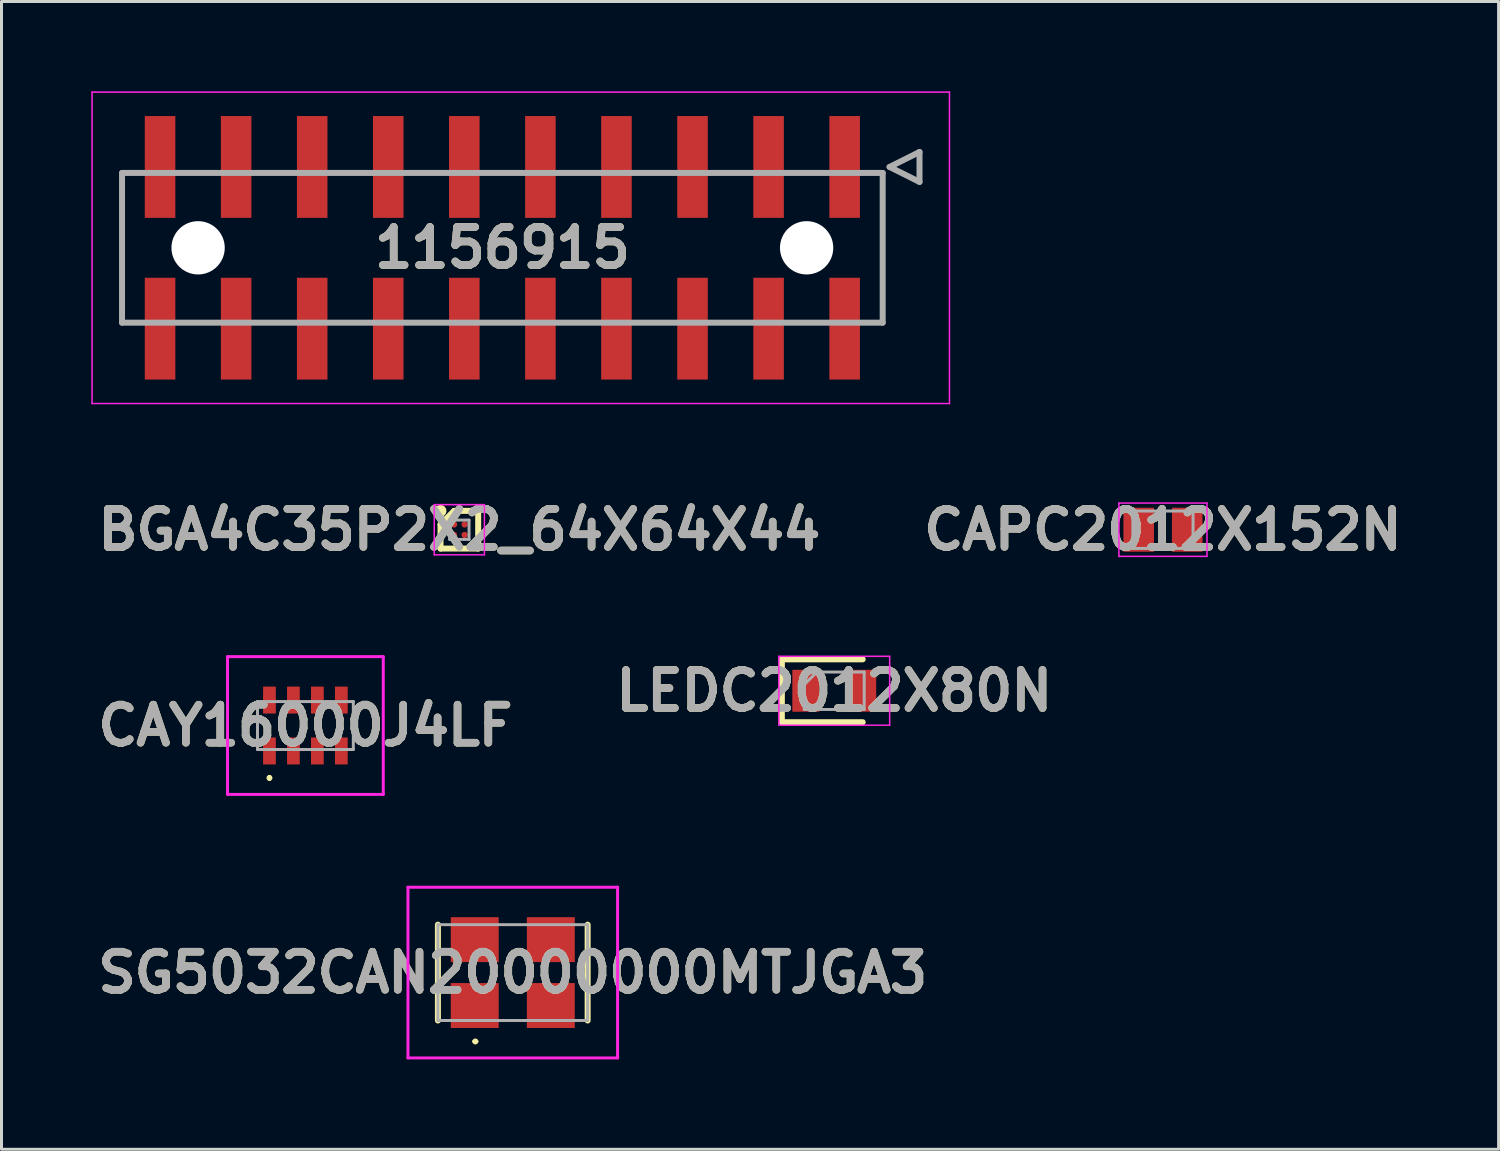
<source format=kicad_pcb>
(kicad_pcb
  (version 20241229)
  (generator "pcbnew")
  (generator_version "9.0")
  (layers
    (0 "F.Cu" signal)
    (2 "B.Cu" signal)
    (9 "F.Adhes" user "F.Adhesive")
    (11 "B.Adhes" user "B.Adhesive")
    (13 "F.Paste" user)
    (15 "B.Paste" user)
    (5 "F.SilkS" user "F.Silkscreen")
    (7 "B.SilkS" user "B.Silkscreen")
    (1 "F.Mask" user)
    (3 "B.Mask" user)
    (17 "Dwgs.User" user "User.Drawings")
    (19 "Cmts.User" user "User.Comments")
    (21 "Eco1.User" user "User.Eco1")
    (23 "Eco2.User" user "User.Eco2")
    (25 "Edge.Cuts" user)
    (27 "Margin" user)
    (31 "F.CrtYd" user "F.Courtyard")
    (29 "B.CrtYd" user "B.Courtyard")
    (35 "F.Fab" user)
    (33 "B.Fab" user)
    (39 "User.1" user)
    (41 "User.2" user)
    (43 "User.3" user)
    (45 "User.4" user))
  (footprint "LEDC2012X80N"
    (layer "F.Cu")
    (at 24.808 20.016)
    (property "Reference" "LEDC2012X80N" (at 0 0 0) (layer "F.SilkS") (effects (font (size 1.27 1.27) (thickness 0.254))))
    (attr smd)
    (fp_line (start -1.75 -1.05) (end -1.75 1.05) (stroke (width 0.2) (type solid)) (layer "F.SilkS"))
    (fp_line (start -1.75 1.05) (end 0.95 1.05) (stroke (width 0.2) (type solid)) (layer "F.SilkS"))
    (fp_line (start 0.95 -1.05) (end -1.75 -1.05) (stroke (width 0.2) (type solid)) (layer "F.SilkS"))
    (fp_line (start -1.85 -1.15) (end 1.85 -1.15) (stroke (width 0.05) (type solid)) (layer "F.CrtYd"))
    (fp_line (start -1.85 1.15) (end -1.85 -1.15) (stroke (width 0.05) (type solid)) (layer "F.CrtYd"))
    (fp_line (start 1.85 -1.15) (end 1.85 1.15) (stroke (width 0.05) (type solid)) (layer "F.CrtYd"))
    (fp_line (start 1.85 1.15) (end -1.85 1.15) (stroke (width 0.05) (type solid)) (layer "F.CrtYd"))
    (fp_line (start -1 -0.625) (end 1 -0.625) (stroke (width 0.1) (type solid)) (layer "F.Fab"))
    (fp_line (start -1 -0.208) (end -0.583 -0.625) (stroke (width 0.1) (type solid)) (layer "F.Fab"))
    (fp_line (start -1 0.625) (end -1 -0.625) (stroke (width 0.1) (type solid)) (layer "F.Fab"))
    (fp_line (start 1 -0.625) (end 1 0.625) (stroke (width 0.1) (type solid)) (layer "F.Fab"))
    (fp_line (start 1 0.625) (end -1 0.625) (stroke (width 0.1) (type solid)) (layer "F.Fab"))
    (fp_text user "${REFERENCE}" (at 0 0 0) (layer "F.Fab") (effects (font (size 1.27 1.27) (thickness 0.254))))
    (pad "1" smd rect (at -0.95 0) (size 0.9 1.4) (layers "F.Cu" "F.Mask" "F.Paste"))
    (pad "2" smd rect (at 0.95 0) (size 0.9 1.4) (layers "F.Cu" "F.Mask" "F.Paste")))
  (footprint "1156915"
    (layer "F.Cu")
    (at 13.725 5.225)
    (property "Reference" "1156915" (at 0 0 0) (layer "F.SilkS") (effects (font (size 1.27 1.27) (thickness 0.254))))
    (attr through_hole)
    (fp_line (start -12.7 2.5) (end -12.7 -2.5) (stroke (width 0.1) (type solid)) (layer "F.SilkS"))
    (fp_line (start 12.7 -2.5) (end 12.7 2.5) (stroke (width 0.1) (type solid)) (layer "F.SilkS"))
    (fp_line (start 12.93 -2.7) (end 13.93 -3.2) (stroke (width 0.1) (type solid)) (layer "F.SilkS"))
    (fp_line (start 13.93 -3.2) (end 13.93 -2.2) (stroke (width 0.1) (type solid)) (layer "F.SilkS"))
    (fp_line (start 13.93 -2.2) (end 12.93 -2.7) (stroke (width 0.1) (type solid)) (layer "F.SilkS"))
    (fp_line (start -13.7 -5.2) (end 14.93 -5.2) (stroke (width 0.05) (type solid)) (layer "F.CrtYd"))
    (fp_line (start -13.7 5.2) (end -13.7 -5.2) (stroke (width 0.05) (type solid)) (layer "F.CrtYd"))
    (fp_line (start 14.93 -5.2) (end 14.93 5.2) (stroke (width 0.05) (type solid)) (layer "F.CrtYd"))
    (fp_line (start 14.93 5.2) (end -13.7 5.2) (stroke (width 0.05) (type solid)) (layer "F.CrtYd"))
    (fp_line (start -12.7 -2.5) (end 12.7 -2.5) (stroke (width 0.2) (type solid)) (layer "F.Fab"))
    (fp_line (start -12.7 2.5) (end -12.7 -2.5) (stroke (width 0.2) (type solid)) (layer "F.Fab"))
    (fp_line (start 12.7 -2.5) (end 12.7 2.5) (stroke (width 0.2) (type solid)) (layer "F.Fab"))
    (fp_line (start 12.7 2.5) (end -12.7 2.5) (stroke (width 0.2) (type solid)) (layer "F.Fab"))
    (fp_line (start 12.93 -2.7) (end 13.93 -3.2) (stroke (width 0.2) (type solid)) (layer "F.Fab"))
    (fp_line (start 13.93 -3.2) (end 13.93 -2.2) (stroke (width 0.2) (type solid)) (layer "F.Fab"))
    (fp_line (start 13.93 -2.2) (end 12.93 -2.7) (stroke (width 0.2) (type solid)) (layer "F.Fab"))
    (fp_text user "${REFERENCE}" (at 0 0 0) (layer "F.Fab") (effects (font (size 1.27 1.27) (thickness 0.254))))
    (pad "" np_thru_hole circle (at -10.16 0) (size 1.78 1.78) (drill 1.78) (layers "*.Cu" "*.Mask"))
    (pad "" np_thru_hole circle (at 10.16 0) (size 1.78 1.78) (drill 1.78) (layers "*.Cu" "*.Mask"))
    (pad "1" smd rect (at 11.43 -2.7) (size 1.02 3.4) (layers "F.Cu" "F.Mask" "F.Paste"))
    (pad "2" smd rect (at 8.89 -2.7) (size 1.02 3.4) (layers "F.Cu" "F.Mask" "F.Paste"))
    (pad "3" smd rect (at 6.35 -2.7) (size 1.02 3.4) (layers "F.Cu" "F.Mask" "F.Paste"))
    (pad "4" smd rect (at 3.81 -2.7) (size 1.02 3.4) (layers "F.Cu" "F.Mask" "F.Paste"))
    (pad "5" smd rect (at 1.27 -2.7) (size 1.02 3.4) (layers "F.Cu" "F.Mask" "F.Paste"))
    (pad "6" smd rect (at -1.27 -2.7) (size 1.02 3.4) (layers "F.Cu" "F.Mask" "F.Paste"))
    (pad "7" smd rect (at -3.81 -2.7) (size 1.02 3.4) (layers "F.Cu" "F.Mask" "F.Paste"))
    (pad "8" smd rect (at -6.35 -2.7) (size 1.02 3.4) (layers "F.Cu" "F.Mask" "F.Paste"))
    (pad "9" smd rect (at -8.89 -2.7) (size 1.02 3.4) (layers "F.Cu" "F.Mask" "F.Paste"))
    (pad "10" smd rect (at -11.43 -2.7) (size 1.02 3.4) (layers "F.Cu" "F.Mask" "F.Paste"))
    (pad "11" smd rect (at 11.43 2.7) (size 1.02 3.4) (layers "F.Cu" "F.Mask" "F.Paste"))
    (pad "12" smd rect (at 8.89 2.7) (size 1.02 3.4) (layers "F.Cu" "F.Mask" "F.Paste"))
    (pad "13" smd rect (at 6.35 2.7) (size 1.02 3.4) (layers "F.Cu" "F.Mask" "F.Paste"))
    (pad "14" smd rect (at 3.81 2.7) (size 1.02 3.4) (layers "F.Cu" "F.Mask" "F.Paste"))
    (pad "15" smd rect (at 1.27 2.7) (size 1.02 3.4) (layers "F.Cu" "F.Mask" "F.Paste"))
    (pad "16" smd rect (at -1.27 2.7) (size 1.02 3.4) (layers "F.Cu" "F.Mask" "F.Paste"))
    (pad "17" smd rect (at -3.81 2.7) (size 1.02 3.4) (layers "F.Cu" "F.Mask" "F.Paste"))
    (pad "18" smd rect (at -6.35 2.7) (size 1.02 3.4) (layers "F.Cu" "F.Mask" "F.Paste"))
    (pad "19" smd rect (at -8.89 2.7) (size 1.02 3.4) (layers "F.Cu" "F.Mask" "F.Paste"))
    (pad "20" smd rect (at -11.43 2.7) (size 1.02 3.4) (layers "F.Cu" "F.Mask" "F.Paste")))
  (footprint "CAY16000J4LF"
    (layer "F.Cu")
    (at 7.148 21.177)
    (property "Reference" "CAY16000J4LF" (at 0 0 0) (layer "F.SilkS") (effects (font (size 1.27 1.27) (thickness 0.254))))
    (attr smd)
    (fp_line (start -1.2 1.7) (end -1.2 1.7) (stroke (width 0.1) (type solid)) (layer "F.SilkS"))
    (fp_line (start -1.2 1.8) (end -1.2 1.8) (stroke (width 0.1) (type solid)) (layer "F.SilkS"))
    (fp_arc (start -1.2 1.7) (mid -1.15 1.75) (end -1.2 1.8) (stroke (width 0.1) (type solid)) (layer "F.SilkS"))
    (fp_arc (start -1.2 1.8) (mid -1.25 1.75) (end -1.2 1.7) (stroke (width 0.1) (type solid)) (layer "F.SilkS"))
    (fp_line (start -2.6 -2.3) (end 2.6 -2.3) (stroke (width 0.1) (type solid)) (layer "F.CrtYd"))
    (fp_line (start -2.6 2.3) (end -2.6 -2.3) (stroke (width 0.1) (type solid)) (layer "F.CrtYd"))
    (fp_line (start 2.6 -2.3) (end 2.6 2.3) (stroke (width 0.1) (type solid)) (layer "F.CrtYd"))
    (fp_line (start 2.6 2.3) (end -2.6 2.3) (stroke (width 0.1) (type solid)) (layer "F.CrtYd"))
    (fp_line (start -1.6 -0.8) (end -1.6 0.8) (stroke (width 0.1) (type solid)) (layer "F.Fab"))
    (fp_line (start -1.6 0.8) (end 1.6 0.8) (stroke (width 0.1) (type solid)) (layer "F.Fab"))
    (fp_line (start 1.6 -0.8) (end -1.6 -0.8) (stroke (width 0.1) (type solid)) (layer "F.Fab"))
    (fp_line (start 1.6 0.8) (end 1.6 -0.8) (stroke (width 0.1) (type solid)) (layer "F.Fab"))
    (fp_text user "${REFERENCE}" (at 0 0 0) (layer "F.Fab") (effects (font (size 1.27 1.27) (thickness 0.254))))
    (pad "1" smd rect (at -1.2 0.85) (size 0.425 0.9) (layers "F.Cu" "F.Mask" "F.Paste"))
    (pad "2" smd rect (at -0.4 0.85) (size 0.425 0.9) (layers "F.Cu" "F.Mask" "F.Paste"))
    (pad "3" smd rect (at 0.4 0.85) (size 0.425 0.9) (layers "F.Cu" "F.Mask" "F.Paste"))
    (pad "4" smd rect (at 1.2 0.85) (size 0.425 0.9) (layers "F.Cu" "F.Mask" "F.Paste"))
    (pad "5" smd rect (at 1.2 -0.85) (size 0.425 0.9) (layers "F.Cu" "F.Mask" "F.Paste"))
    (pad "6" smd rect (at 0.4 -0.85) (size 0.425 0.9) (layers "F.Cu" "F.Mask" "F.Paste"))
    (pad "7" smd rect (at -0.4 -0.85) (size 0.425 0.9) (layers "F.Cu" "F.Mask" "F.Paste"))
    (pad "8" smd rect (at -1.2 -0.85) (size 0.425 0.9) (layers "F.Cu" "F.Mask" "F.Paste")))
  (footprint "SG5032CAN20000000MTJGA3"
    (layer "F.Cu")
    (at 14.073 29.427)
    (property "Reference" "SG5032CAN20000000MTJGA3" (at 0 0 0) (layer "F.SilkS") (effects (font (size 1.27 1.27) (thickness 0.254))))
    (attr smd)
    (fp_line (start -2.5 -1.6) (end -2.5 1.6) (stroke (width 0.2) (type solid)) (layer "F.SilkS"))
    (fp_line (start -1.3 2.3) (end -1.3 2.3) (stroke (width 0.1) (type solid)) (layer "F.SilkS"))
    (fp_line (start -1.2 2.3) (end -1.2 2.3) (stroke (width 0.1) (type solid)) (layer "F.SilkS"))
    (fp_line (start 2.5 -1.6) (end 2.5 1.6) (stroke (width 0.2) (type solid)) (layer "F.SilkS"))
    (fp_arc (start -1.3 2.3) (mid -1.25 2.25) (end -1.2 2.3) (stroke (width 0.1) (type solid)) (layer "F.SilkS"))
    (fp_arc (start -1.2 2.3) (mid -1.25 2.35) (end -1.3 2.3) (stroke (width 0.1) (type solid)) (layer "F.SilkS"))
    (fp_line (start -3.5 -2.85) (end 3.5 -2.85) (stroke (width 0.1) (type solid)) (layer "F.CrtYd"))
    (fp_line (start -3.5 2.85) (end -3.5 -2.85) (stroke (width 0.1) (type solid)) (layer "F.CrtYd"))
    (fp_line (start 3.5 -2.85) (end 3.5 2.85) (stroke (width 0.1) (type solid)) (layer "F.CrtYd"))
    (fp_line (start 3.5 2.85) (end -3.5 2.85) (stroke (width 0.1) (type solid)) (layer "F.CrtYd"))
    (fp_line (start -2.5 -1.6) (end 2.5 -1.6) (stroke (width 0.1) (type solid)) (layer "F.Fab"))
    (fp_line (start -2.5 1.6) (end -2.5 -1.6) (stroke (width 0.1) (type solid)) (layer "F.Fab"))
    (fp_line (start 2.5 -1.6) (end 2.5 1.6) (stroke (width 0.1) (type solid)) (layer "F.Fab"))
    (fp_line (start 2.5 1.6) (end -2.5 1.6) (stroke (width 0.1) (type solid)) (layer "F.Fab"))
    (fp_text user "${REFERENCE}" (at 0 0 0) (layer "F.Fab") (effects (font (size 1.27 1.27) (thickness 0.254))))
    (pad "1" smd rect (at -1.27 1.1 90) (size 1.5 1.6) (layers "F.Cu" "F.Mask" "F.Paste"))
    (pad "2" smd rect (at 1.27 1.1 90) (size 1.5 1.6) (layers "F.Cu" "F.Mask" "F.Paste"))
    (pad "3" smd rect (at 1.27 -1.1 90) (size 1.5 1.6) (layers "F.Cu" "F.Mask" "F.Paste"))
    (pad "4" smd rect (at -1.27 -1.1 90) (size 1.5 1.6) (layers "F.Cu" "F.Mask" "F.Paste")))
  (footprint "BGA4C35P2X2_64X64X44"
    (layer "F.Cu")
    (at 12.289 14.639)
    (property "Reference" "BGA4C35P2X2_64X64X44" (at 0 0 0) (layer "F.SilkS") (effects (font (size 1.27 1.27) (thickness 0.254))))
    (attr smd)
    (fp_line (start -0.629 -0.175) (end -0.175 -0.629) (stroke (width 0.2) (type solid)) (layer "F.SilkS"))
    (fp_line (start -0.629 0.629) (end -0.629 -0.175) (stroke (width 0.2) (type solid)) (layer "F.SilkS"))
    (fp_line (start -0.175 -0.629) (end 0.629 -0.629) (stroke (width 0.2) (type solid)) (layer "F.SilkS"))
    (fp_line (start 0.629 -0.629) (end 0.629 0.629) (stroke (width 0.2) (type solid)) (layer "F.SilkS"))
    (fp_line (start 0.629 0.629) (end -0.629 0.629) (stroke (width 0.2) (type solid)) (layer "F.SilkS"))
    (fp_circle (center -0.629 -0.629) (end -0.629 -0.529) (stroke (width 0.2) (type solid)) (fill no) (layer "F.SilkS"))
    (fp_line (start -0.838 -0.838) (end 0.837 -0.838) (stroke (width 0.05) (type solid)) (layer "F.CrtYd"))
    (fp_line (start -0.838 0.837) (end -0.838 -0.838) (stroke (width 0.05) (type solid)) (layer "F.CrtYd"))
    (fp_line (start 0.837 -0.838) (end 0.837 0.837) (stroke (width 0.05) (type solid)) (layer "F.CrtYd"))
    (fp_line (start 0.837 0.837) (end -0.838 0.837) (stroke (width 0.05) (type solid)) (layer "F.CrtYd"))
    (fp_line (start -0.322 -0.322) (end 0.323 -0.322) (stroke (width 0.1) (type solid)) (layer "F.Fab"))
    (fp_line (start -0.322 -0.154) (end -0.153 -0.323) (stroke (width 0.1) (type solid)) (layer "F.Fab"))
    (fp_line (start -0.322 0.323) (end -0.322 -0.322) (stroke (width 0.1) (type solid)) (layer "F.Fab"))
    (fp_line (start 0.323 -0.322) (end 0.323 0.323) (stroke (width 0.1) (type solid)) (layer "F.Fab"))
    (fp_line (start 0.323 0.323) (end -0.322 0.323) (stroke (width 0.1) (type solid)) (layer "F.Fab"))
    (fp_text user "${REFERENCE}" (at 0 0 0) (layer "F.Fab") (effects (font (size 1.27 1.27) (thickness 0.254))))
    (pad "A1" smd circle (at -0.175 -0.175 90) (size 0.208 0.208) (layers "F.Cu" "F.Mask" "F.Paste"))
    (pad "A2" smd circle (at 0.175 -0.175 90) (size 0.208 0.208) (layers "F.Cu" "F.Mask" "F.Paste"))
    (pad "B1" smd circle (at -0.175 0.175 90) (size 0.208 0.208) (layers "F.Cu" "F.Mask" "F.Paste"))
    (pad "B2" smd circle (at 0.175 0.175 90) (size 0.208 0.208) (layers "F.Cu" "F.Mask" "F.Paste")))
  (footprint "CAPC2012X152N"
    (layer "F.Cu")
    (at 35.784 14.639)
    (property "Reference" "CAPC2012X152N" (at 0 0 0) (layer "F.SilkS") (effects (font (size 1.27 1.27) (thickness 0.254))))
    (attr smd)
    (fp_line (start -1.47 -0.89) (end 1.47 -0.89) (stroke (width 0.05) (type solid)) (layer "F.CrtYd"))
    (fp_line (start -1.47 0.89) (end -1.47 -0.89) (stroke (width 0.05) (type solid)) (layer "F.CrtYd"))
    (fp_line (start 1.47 -0.89) (end 1.47 0.89) (stroke (width 0.05) (type solid)) (layer "F.CrtYd"))
    (fp_line (start 1.47 0.89) (end -1.47 0.89) (stroke (width 0.05) (type solid)) (layer "F.CrtYd"))
    (fp_line (start -1.005 -0.625) (end 1.005 -0.625) (stroke (width 0.1) (type solid)) (layer "F.Fab"))
    (fp_line (start -1.005 0.625) (end -1.005 -0.625) (stroke (width 0.1) (type solid)) (layer "F.Fab"))
    (fp_line (start 1.005 -0.625) (end 1.005 0.625) (stroke (width 0.1) (type solid)) (layer "F.Fab"))
    (fp_line (start 1.005 0.625) (end -1.005 0.625) (stroke (width 0.1) (type solid)) (layer "F.Fab"))
    (fp_text user "${REFERENCE}" (at 0 0 0) (layer "F.Fab") (effects (font (size 1.27 1.27) (thickness 0.254))))
    (pad "1" smd rect (at -0.81 0) (size 1.02 1.47) (layers "F.Cu" "F.Mask" "F.Paste"))
    (pad "2" smd rect (at 0.81 0) (size 1.02 1.47) (layers "F.Cu" "F.Mask" "F.Paste")))
  (gr_rect
    (start -3 -3)
    (end 46.991 35.327)
    (stroke (width 0.1) (type default))
    (fill no)
    (layer "Edge.Cuts")))
</source>
